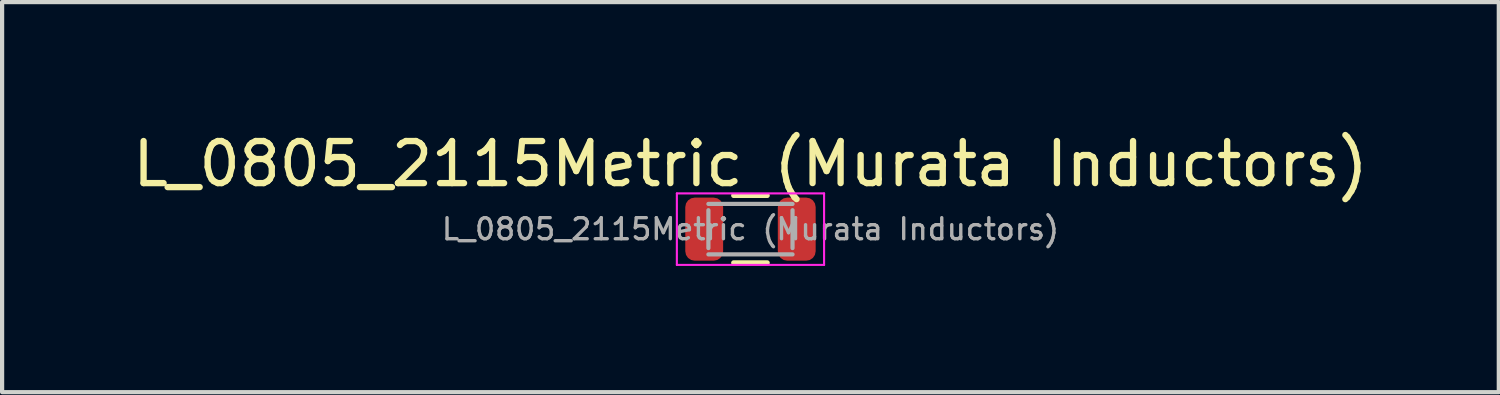
<source format=kicad_pcb>
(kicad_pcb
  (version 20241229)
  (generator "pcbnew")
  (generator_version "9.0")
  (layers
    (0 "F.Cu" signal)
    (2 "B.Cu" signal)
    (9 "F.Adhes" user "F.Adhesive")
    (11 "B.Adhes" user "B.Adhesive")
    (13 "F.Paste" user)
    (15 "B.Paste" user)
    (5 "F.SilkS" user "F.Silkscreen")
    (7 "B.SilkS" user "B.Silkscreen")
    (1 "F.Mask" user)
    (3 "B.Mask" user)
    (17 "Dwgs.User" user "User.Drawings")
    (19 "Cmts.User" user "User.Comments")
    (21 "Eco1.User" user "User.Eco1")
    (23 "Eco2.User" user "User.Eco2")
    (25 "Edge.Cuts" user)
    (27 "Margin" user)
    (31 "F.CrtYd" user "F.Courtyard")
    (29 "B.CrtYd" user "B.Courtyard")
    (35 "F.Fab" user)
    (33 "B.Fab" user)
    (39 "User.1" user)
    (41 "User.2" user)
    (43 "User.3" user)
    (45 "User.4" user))
  (footprint "L_0805_2115Metric (Murata Inductors)"
    (layer "F.Cu")
    (at 14.792 2.398)
    (property "Reference" "L_0805_2115Metric (Murata Inductors)" (at 0 -1.55 0) (layer "F.SilkS") (effects (font (size 1 1) (thickness 0.15))))
    (attr smd)
    (fp_line (start -0.4 -0.8) (end 0.399 -0.8) (stroke (width 0.12) (type solid)) (layer "F.SilkS"))
    (fp_line (start -0.4 0.8) (end 0.399 0.8) (stroke (width 0.12) (type solid)) (layer "F.SilkS"))
    (fp_line (start -1.75 -0.85) (end 1.75 -0.85) (stroke (width 0.05) (type solid)) (layer "F.CrtYd"))
    (fp_line (start -1.75 0.85) (end -1.75 -0.85) (stroke (width 0.05) (type solid)) (layer "F.CrtYd"))
    (fp_line (start 1.75 -0.85) (end 1.75 0.85) (stroke (width 0.05) (type solid)) (layer "F.CrtYd"))
    (fp_line (start 1.75 0.85) (end -1.75 0.85) (stroke (width 0.05) (type solid)) (layer "F.CrtYd"))
    (fp_line (start -1 -0.6) (end 1 -0.6) (stroke (width 0.1) (type solid)) (layer "F.Fab"))
    (fp_line (start -1 0.45) (end -1 -0.45) (stroke (width 0.1) (type solid)) (layer "F.Fab"))
    (fp_line (start 1 -0.45) (end 1 0.45) (stroke (width 0.1) (type solid)) (layer "F.Fab"))
    (fp_line (start 1 0.6) (end -1 0.6) (stroke (width 0.1) (type solid)) (layer "F.Fab"))
    (fp_text user "${REFERENCE}" (at 0 0 0) (layer "F.Fab") (effects (font (size 0.5 0.5) (thickness 0.08))))
    (pad "1" smd roundrect (at -1.1 0) (size 0.9 1.5) (layers "F.Cu" "F.Mask" "F.Paste") (roundrect_rratio 0.25))
    (pad "2" smd roundrect (at 1.1 0) (size 0.9 1.5) (layers "F.Cu" "F.Mask" "F.Paste") (roundrect_rratio 0.25)))
  (gr_rect
    (start -3 -3)
    (end 32.583 6.273)
    (stroke (width 0.1) (type default))
    (fill no)
    (layer "Edge.Cuts")))
</source>
